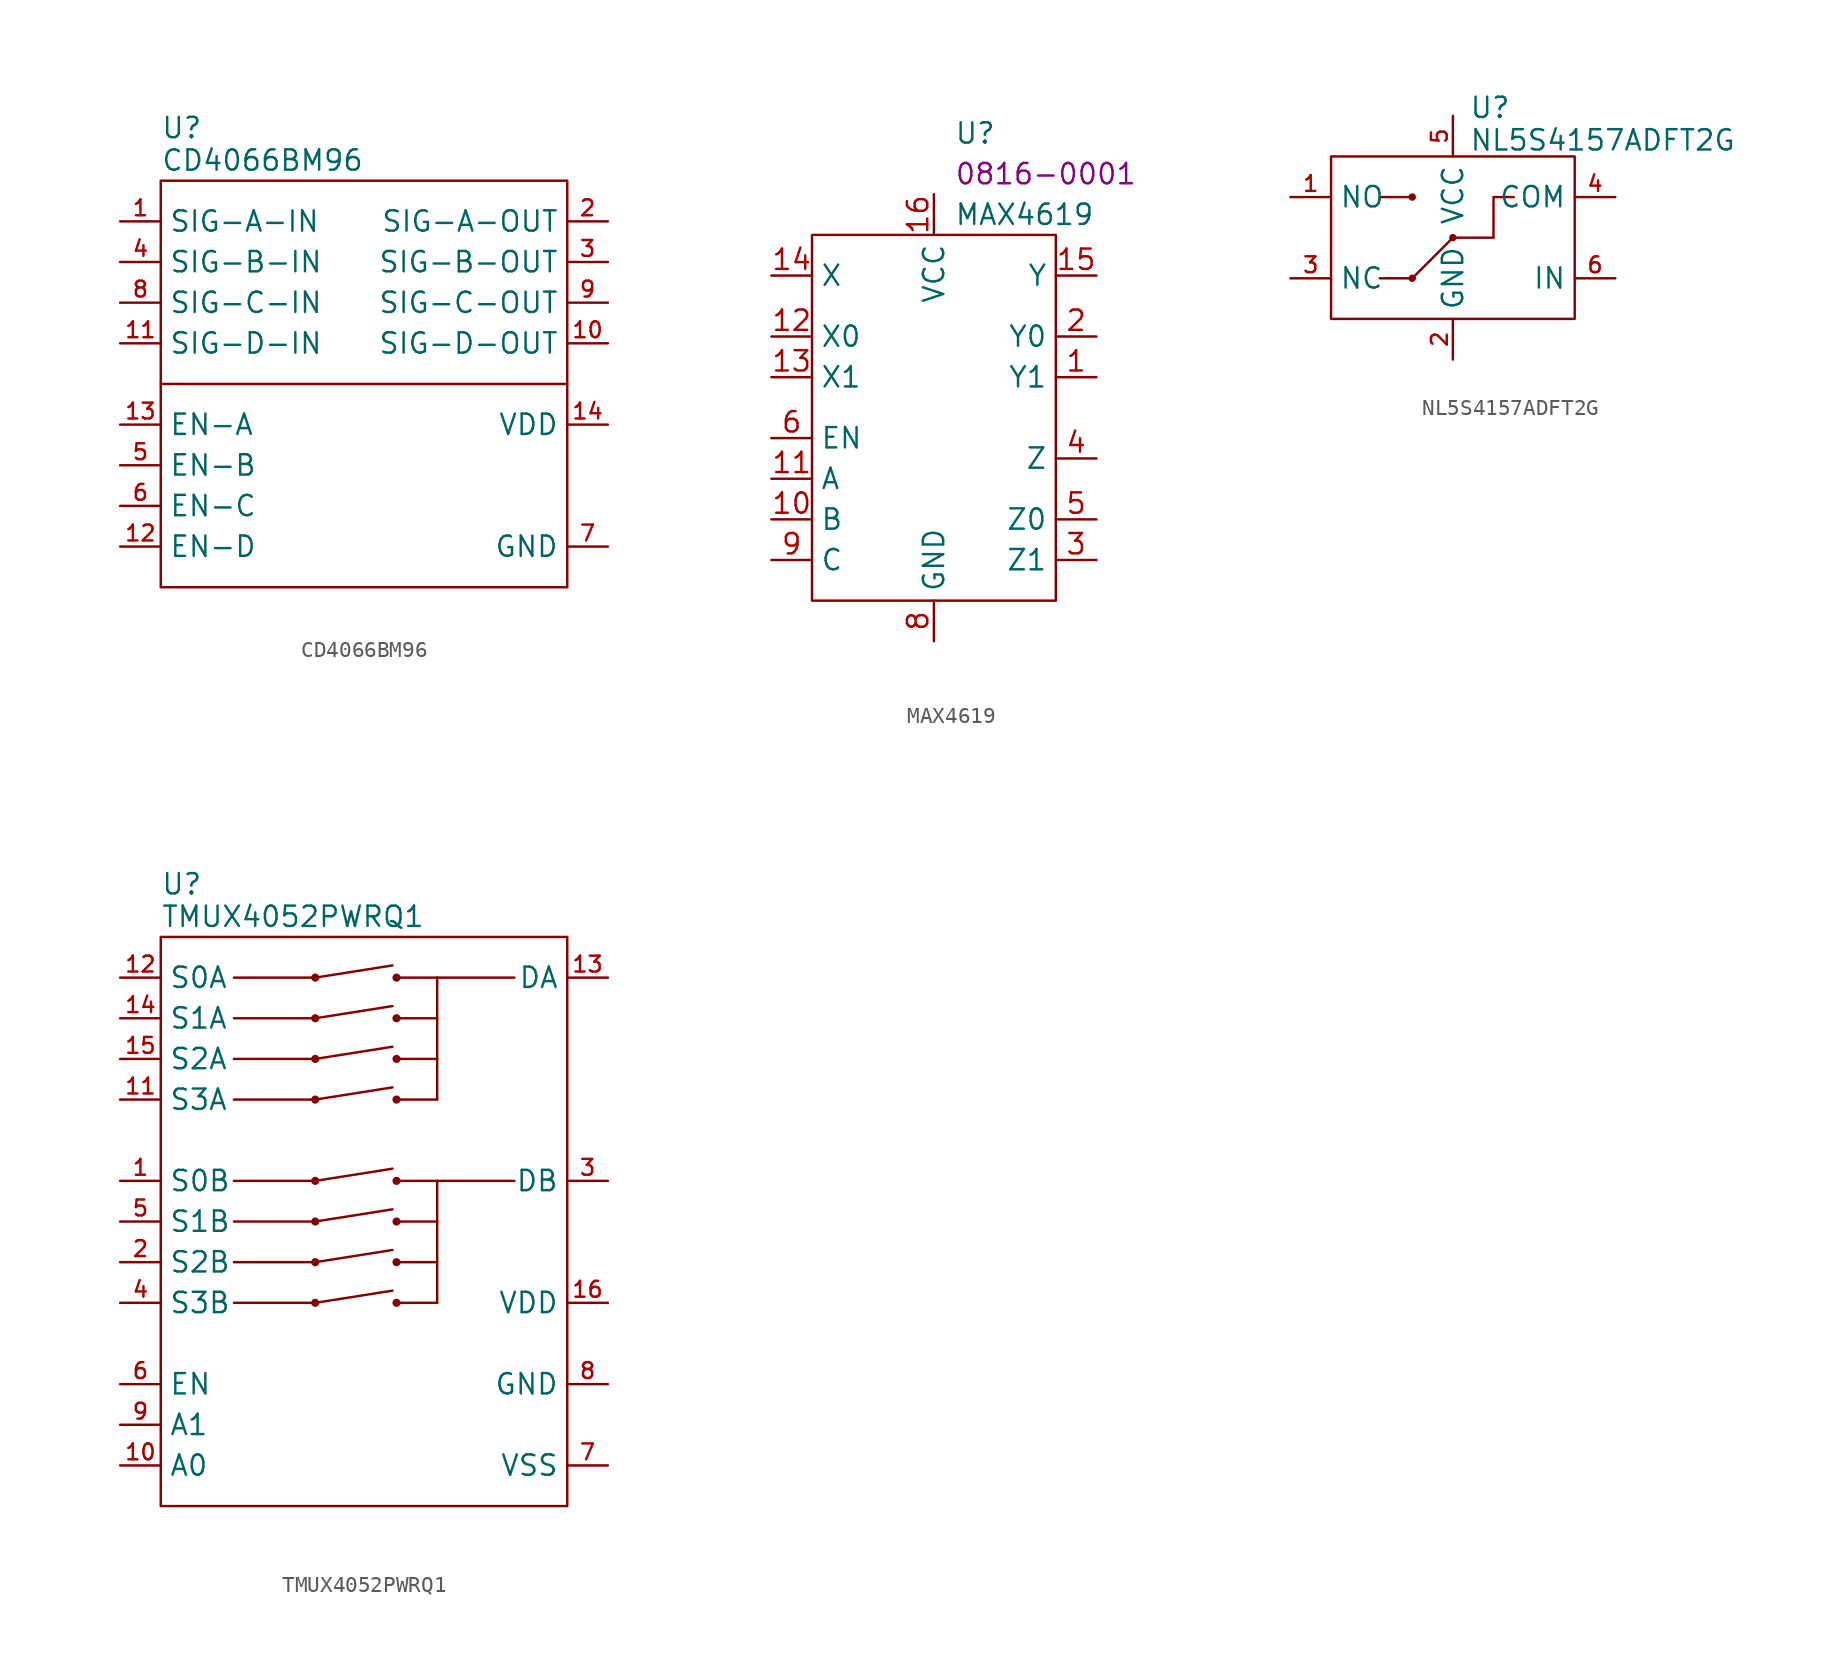
<source format=kicad_sym>
(kicad_symbol_lib
  (version 20231120)
  (generator "kicad_symbol_editor")
  (generator_version "8.0")
  (symbol "CD4066BM96"
    (property "Reference" "U"
      (at 0 3.302 0)
      (effects (font (size 1.27 1.27)) (justify left)))
    (property "Value" "CD4066BM96"
      (at 0 1.27 0)
      (effects (font (size 1.27 1.27)) (justify left)))
    (symbol "CD4066BM96_0_0"
      (pin passive line (at -2.54 -2.54 0) (length 2.54) (name "SIG-A-IN" (effects (font (size 1.27 1.27)))) (number "1" (effects (font (size 0.991 0.991)))))
      (pin passive line (at 27.94 -10.16 180) (length 2.54) (name "SIG-D-OUT" (effects (font (size 1.27 1.27)))) (number "10" (effects (font (size 0.991 0.991)))))
      (pin passive line (at -2.54 -10.16 0) (length 2.54) (name "SIG-D-IN" (effects (font (size 1.27 1.27)))) (number "11" (effects (font (size 0.991 0.991)))))
      (pin input line (at -2.54 -22.86 0) (length 2.54) (name "EN-D" (effects (font (size 1.27 1.27)))) (number "12" (effects (font (size 0.991 0.991)))))
      (pin input line (at -2.54 -15.24 0) (length 2.54) (name "EN-A" (effects (font (size 1.27 1.27)))) (number "13" (effects (font (size 0.991 0.991)))))
      (pin power_in line (at 27.94 -15.24 180) (length 2.54) (name "VDD" (effects (font (size 1.27 1.27)))) (number "14" (effects (font (size 0.991 0.991)))))
      (pin passive line (at 27.94 -2.54 180) (length 2.54) (name "SIG-A-OUT" (effects (font (size 1.27 1.27)))) (number "2" (effects (font (size 0.991 0.991)))))
      (pin passive line (at 27.94 -5.08 180) (length 2.54) (name "SIG-B-OUT" (effects (font (size 1.27 1.27)))) (number "3" (effects (font (size 0.991 0.991)))))
      (pin passive line (at -2.54 -5.08 0) (length 2.54) (name "SIG-B-IN" (effects (font (size 1.27 1.27)))) (number "4" (effects (font (size 0.991 0.991)))))
      (pin input line (at -2.54 -17.78 0) (length 2.54) (name "EN-B" (effects (font (size 1.27 1.27)))) (number "5" (effects (font (size 0.991 0.991)))))
      (pin input line (at -2.54 -20.32 0) (length 2.54) (name "EN-C" (effects (font (size 1.27 1.27)))) (number "6" (effects (font (size 0.991 0.991)))))
      (pin power_in line (at 27.94 -22.86 180) (length 2.54) (name "GND" (effects (font (size 1.27 1.27)))) (number "7" (effects (font (size 0.991 0.991)))))
      (pin passive line (at -2.54 -7.62 0) (length 2.54) (name "SIG-C-IN" (effects (font (size 1.27 1.27)))) (number "8" (effects (font (size 0.991 0.991)))))
      (pin passive line (at 27.94 -7.62 180) (length 2.54) (name "SIG-C-OUT" (effects (font (size 1.27 1.27)))) (number "9" (effects (font (size 0.991 0.991))))))
    (symbol "CD4066BM96_0_1"
      (polyline (pts (xy 0 -12.7) (xy 25.4 -12.7)) (stroke (width 0) (type default)) (fill (type none)))
      (rectangle (start 0 0) (end 25.4 -25.4) (stroke (width 0) (type default)) (fill (type none)))))
  (symbol "MAX4619"
    (property "Reference" "U"
      (at 1.27 6.35 0)
      (effects (font (size 1.27 1.27)) (justify left)))
    (property "Value" "MAX4619"
      (at 1.27 1.27 0)
      (effects (font (size 1.27 1.27)) (justify left)))
    (property "PartNumber" "0816-0001"
      (at 1.27 3.81 0)
      (effects (font (size 1.27 1.27)) (justify left)))
    (symbol "MAX4619_0_0"
      (pin output line (at 10.16 -8.89 180) (length 2.54) (name "Y1" (effects (font (size 1.27 1.27)))) (number "1" (effects (font (size 1.27 1.27)))))
      (pin input line (at -10.16 -17.78 0) (length 2.54) (name "B" (effects (font (size 1.27 1.27)))) (number "10" (effects (font (size 1.27 1.27)))))
      (pin input line (at -10.16 -15.24 0) (length 2.54) (name "A" (effects (font (size 1.27 1.27)))) (number "11" (effects (font (size 1.27 1.27)))))
      (pin output line (at -10.16 -6.35 0) (length 2.54) (name "X0" (effects (font (size 1.27 1.27)))) (number "12" (effects (font (size 1.27 1.27)))))
      (pin output line (at -10.16 -8.89 0) (length 2.54) (name "X1" (effects (font (size 1.27 1.27)))) (number "13" (effects (font (size 1.27 1.27)))))
      (pin input line (at -10.16 -2.54 0) (length 2.54) (name "X" (effects (font (size 1.27 1.27)))) (number "14" (effects (font (size 1.27 1.27)))))
      (pin input line (at 10.16 -2.54 180) (length 2.54) (name "Y" (effects (font (size 1.27 1.27)))) (number "15" (effects (font (size 1.27 1.27)))))
      (pin power_in line (at 0 2.54 270) (length 2.54) (name "VCC" (effects (font (size 1.27 1.27)))) (number "16" (effects (font (size 1.27 1.27)))))
      (pin output line (at 10.16 -6.35 180) (length 2.54) (name "Y0" (effects (font (size 1.27 1.27)))) (number "2" (effects (font (size 1.27 1.27)))))
      (pin output line (at 10.16 -20.32 180) (length 2.54) (name "Z1" (effects (font (size 1.27 1.27)))) (number "3" (effects (font (size 1.27 1.27)))))
      (pin input line (at 10.16 -13.97 180) (length 2.54) (name "Z" (effects (font (size 1.27 1.27)))) (number "4" (effects (font (size 1.27 1.27)))))
      (pin output line (at 10.16 -17.78 180) (length 2.54) (name "Z0" (effects (font (size 1.27 1.27)))) (number "5" (effects (font (size 1.27 1.27)))))
      (pin input line (at -10.16 -12.7 0) (length 2.54) (name "EN" (effects (font (size 1.27 1.27)))) (number "6" (effects (font (size 1.27 1.27)))))
      (pin no_connect line (at 3.81 -25.4 90) (length 2.54) hide (name "NC" (effects (font (size 1.27 1.27)))) (number "7" (effects (font (size 1.27 1.27)))))
      (pin power_in line (at 0 -25.4 90) (length 2.54) (name "GND" (effects (font (size 1.27 1.27)))) (number "8" (effects (font (size 1.27 1.27)))))
      (pin input line (at -10.16 -20.32 0) (length 2.54) (name "C" (effects (font (size 1.27 1.27)))) (number "9" (effects (font (size 1.27 1.27))))))
    (symbol "MAX4619_0_1"
      (rectangle (start -7.62 0) (end 7.62 -22.86) (stroke (width 0) (type default)) (fill (type none)))))
  (symbol "NL5S4157ADFT2G"
    (property "Reference" "U"
      (at 8.636 3.048 0)
      (effects (font (size 1.27 1.27)) (justify left)))
    (property "Value" "NL5S4157ADFT2G"
      (at 8.636 1.016 0)
      (effects (font (size 1.27 1.27)) (justify left)))
    (symbol "NL5S4157ADFT2G_0_0"
      (pin bidirectional line (at -2.54 -2.54 0) (length 2.54) (name "NO" (effects (font (size 1.27 1.27)))) (number "1" (effects (font (size 0.991 0.991)))))
      (pin power_in line (at 7.62 -12.7 90) (length 2.54) (name "GND" (effects (font (size 1.27 1.27)))) (number "2" (effects (font (size 0.991 0.991)))))
      (pin bidirectional line (at -2.54 -7.62 0) (length 2.54) (name "NC" (effects (font (size 1.27 1.27)))) (number "3" (effects (font (size 0.991 0.991)))))
      (pin bidirectional line (at 17.78 -2.54 180) (length 2.54) (name "COM" (effects (font (size 1.27 1.27)))) (number "4" (effects (font (size 0.991 0.991)))))
      (pin power_in line (at 7.62 2.54 270) (length 2.54) (name "VCC" (effects (font (size 1.27 1.27)))) (number "5" (effects (font (size 0.991 0.991)))))
      (pin input line (at 17.78 -7.62 180) (length 2.54) (name "IN" (effects (font (size 1.27 1.27)))) (number "6" (effects (font (size 0.991 0.991))))))
    (symbol "NL5S4157ADFT2G_0_1"
      (polyline (pts (xy 3.048 -7.62) (xy 5.08 -7.62)) (stroke (width 0) (type default)) (fill (type none)))
      (polyline (pts (xy 3.048 -2.54) (xy 5.08 -2.54)) (stroke (width 0) (type default)) (fill (type none)))
      (polyline (pts (xy 5.08 -7.62) (xy 7.62 -5.08) (xy 10.16 -5.08)) (stroke (width 0) (type default)) (fill (type none)))
      (polyline (pts (xy 10.16 -5.08) (xy 10.16 -2.54) (xy 11.43 -2.54)) (stroke (width 0) (type default)) (fill (type none)))
      (rectangle (start 0 0) (end 15.24 -10.16) (stroke (width 0) (type default)) (fill (type none))))
    (symbol "NL5S4157ADFT2G_1_1"
      (circle (center 5.08 -7.62) (radius 0.157) (stroke (width 0) (type default)) (fill (type outline)))
      (circle (center 5.08 -2.54) (radius 0.157) (stroke (width 0) (type default)) (fill (type outline)))
      (circle (center 7.62 -5.08) (radius 0.157) (stroke (width 0) (type default)) (fill (type outline)))))
  (symbol "TMUX4052PWRQ1"
    (property "Reference" "U"
      (at 0 3.302 0)
      (effects (font (size 1.27 1.27)) (justify left)))
    (property "Value" "TMUX4052PWRQ1"
      (at 0 1.27 0)
      (effects (font (size 1.27 1.27)) (justify left)))
    (symbol "TMUX4052PWRQ1_0_0"
      (pin passive line (at -2.54 -15.24 0) (length 2.54) (name "S0B" (effects (font (size 1.27 1.27)))) (number "1" (effects (font (size 0.991 0.991)))))
      (pin input line (at -2.54 -33.02 0) (length 2.54) (name "A0" (effects (font (size 1.27 1.27)))) (number "10" (effects (font (size 0.991 0.991)))))
      (pin passive line (at -2.54 -10.16 0) (length 2.54) (name "S3A" (effects (font (size 1.27 1.27)))) (number "11" (effects (font (size 0.991 0.991)))))
      (pin passive line (at -2.54 -2.54 0) (length 2.54) (name "S0A" (effects (font (size 1.27 1.27)))) (number "12" (effects (font (size 0.991 0.991)))))
      (pin passive line (at 27.94 -2.54 180) (length 2.54) (name "DA" (effects (font (size 1.27 1.27)))) (number "13" (effects (font (size 0.991 0.991)))))
      (pin passive line (at -2.54 -5.08 0) (length 2.54) (name "S1A" (effects (font (size 1.27 1.27)))) (number "14" (effects (font (size 0.991 0.991)))))
      (pin passive line (at -2.54 -7.62 0) (length 2.54) (name "S2A" (effects (font (size 1.27 1.27)))) (number "15" (effects (font (size 0.991 0.991)))))
      (pin power_in line (at 27.94 -22.86 180) (length 2.54) (name "VDD" (effects (font (size 1.27 1.27)))) (number "16" (effects (font (size 0.991 0.991)))))
      (pin passive line (at -2.54 -20.32 0) (length 2.54) (name "S2B" (effects (font (size 1.27 1.27)))) (number "2" (effects (font (size 0.991 0.991)))))
      (pin passive line (at 27.94 -15.24 180) (length 2.54) (name "DB" (effects (font (size 1.27 1.27)))) (number "3" (effects (font (size 0.991 0.991)))))
      (pin passive line (at -2.54 -22.86 0) (length 2.54) (name "S3B" (effects (font (size 1.27 1.27)))) (number "4" (effects (font (size 0.991 0.991)))))
      (pin passive line (at -2.54 -17.78 0) (length 2.54) (name "S1B" (effects (font (size 1.27 1.27)))) (number "5" (effects (font (size 0.991 0.991)))))
      (pin input line (at -2.54 -27.94 0) (length 2.54) (name "EN" (effects (font (size 1.27 1.27)))) (number "6" (effects (font (size 0.991 0.991)))))
      (pin power_in line (at 27.94 -33.02 180) (length 2.54) (name "VSS" (effects (font (size 1.27 1.27)))) (number "7" (effects (font (size 0.991 0.991)))))
      (pin power_in line (at 27.94 -27.94 180) (length 2.54) (name "GND" (effects (font (size 1.27 1.27)))) (number "8" (effects (font (size 0.991 0.991)))))
      (pin input line (at -2.54 -30.48 0) (length 2.54) (name "A1" (effects (font (size 1.27 1.27)))) (number "9" (effects (font (size 0.991 0.991))))))
    (symbol "TMUX4052PWRQ1_0_1"
      (polyline (pts (xy 4.572 -22.86) (xy 9.652 -22.86)) (stroke (width 0) (type default)) (fill (type none)))
      (polyline (pts (xy 4.572 -20.32) (xy 9.652 -20.32)) (stroke (width 0) (type default)) (fill (type none)))
      (polyline (pts (xy 4.572 -17.78) (xy 9.652 -17.78)) (stroke (width 0) (type default)) (fill (type none)))
      (polyline (pts (xy 4.572 -15.24) (xy 9.652 -15.24)) (stroke (width 0) (type default)) (fill (type none)))
      (polyline (pts (xy 4.572 -10.16) (xy 9.652 -10.16)) (stroke (width 0) (type default)) (fill (type none)))
      (polyline (pts (xy 4.572 -7.62) (xy 9.652 -7.62)) (stroke (width 0) (type default)) (fill (type none)))
      (polyline (pts (xy 4.572 -5.08) (xy 9.652 -5.08)) (stroke (width 0) (type default)) (fill (type none)))
      (polyline (pts (xy 4.572 -2.54) (xy 9.652 -2.54)) (stroke (width 0) (type default)) (fill (type none)))
      (polyline (pts (xy 9.652 -22.86) (xy 14.478 -22.098)) (stroke (width 0) (type default)) (fill (type none)))
      (polyline (pts (xy 9.652 -20.32) (xy 14.478 -19.558)) (stroke (width 0) (type default)) (fill (type none)))
      (polyline (pts (xy 9.652 -17.78) (xy 14.478 -17.018)) (stroke (width 0) (type default)) (fill (type none)))
      (polyline (pts (xy 9.652 -15.24) (xy 14.478 -14.478)) (stroke (width 0) (type default)) (fill (type none)))
      (polyline (pts (xy 9.652 -10.16) (xy 14.478 -9.398)) (stroke (width 0) (type default)) (fill (type none)))
      (polyline (pts (xy 9.652 -7.62) (xy 14.478 -6.858)) (stroke (width 0) (type default)) (fill (type none)))
      (polyline (pts (xy 9.652 -5.08) (xy 14.478 -4.318)) (stroke (width 0) (type default)) (fill (type none)))
      (polyline (pts (xy 9.652 -2.54) (xy 14.478 -1.778)) (stroke (width 0) (type default)) (fill (type none)))
      (polyline (pts (xy 14.732 -22.86) (xy 17.272 -22.86)) (stroke (width 0) (type default)) (fill (type none)))
      (polyline (pts (xy 14.732 -20.32) (xy 17.272 -20.32)) (stroke (width 0) (type default)) (fill (type none)))
      (polyline (pts (xy 14.732 -17.78) (xy 17.272 -17.78)) (stroke (width 0) (type default)) (fill (type none)))
      (polyline (pts (xy 14.732 -15.24) (xy 17.272 -15.24)) (stroke (width 0) (type default)) (fill (type none)))
      (polyline (pts (xy 14.732 -10.16) (xy 17.272 -10.16)) (stroke (width 0) (type default)) (fill (type none)))
      (polyline (pts (xy 14.732 -7.62) (xy 17.272 -7.62)) (stroke (width 0) (type default)) (fill (type none)))
      (polyline (pts (xy 14.732 -5.08) (xy 17.272 -5.08)) (stroke (width 0) (type default)) (fill (type none)))
      (polyline (pts (xy 14.732 -2.54) (xy 17.272 -2.54)) (stroke (width 0) (type default)) (fill (type none)))
      (polyline (pts (xy 17.272 -15.24) (xy 22.098 -15.24)) (stroke (width 0) (type default)) (fill (type none)))
      (polyline (pts (xy 17.272 -2.54) (xy 22.098 -2.54)) (stroke (width 0) (type default)) (fill (type none)))
      (rectangle (start 0 0) (end 25.4 -35.56) (stroke (width 0) (type default)) (fill (type none))))
    (symbol "TMUX4052PWRQ1_1_1"
      (polyline (pts (xy 17.272 -22.86) (xy 17.272 -15.24)) (stroke (width 0) (type default)) (fill (type none)))
      (polyline (pts (xy 17.272 -10.16) (xy 17.272 -2.54)) (stroke (width 0) (type default)) (fill (type none)))
      (circle (center 9.652 -22.86) (radius 0.254) (stroke (width -0.0001) (type default)) (fill (type outline)))
      (circle (center 9.652 -20.32) (radius 0.254) (stroke (width -0.0001) (type default)) (fill (type outline)))
      (circle (center 9.652 -17.78) (radius 0.254) (stroke (width -0.0001) (type default)) (fill (type outline)))
      (circle (center 9.652 -15.24) (radius 0.254) (stroke (width -0.0001) (type default)) (fill (type outline)))
      (circle (center 9.652 -10.16) (radius 0.254) (stroke (width -0.0001) (type default)) (fill (type outline)))
      (circle (center 9.652 -7.62) (radius 0.254) (stroke (width -0.0001) (type default)) (fill (type outline)))
      (circle (center 9.652 -5.08) (radius 0.254) (stroke (width -0.0001) (type default)) (fill (type outline)))
      (circle (center 9.652 -2.54) (radius 0.254) (stroke (width -0.0001) (type default)) (fill (type outline)))
      (circle (center 14.732 -22.86) (radius 0.254) (stroke (width -0.0001) (type default)) (fill (type outline)))
      (circle (center 14.732 -20.32) (radius 0.254) (stroke (width -0.0001) (type default)) (fill (type outline)))
      (circle (center 14.732 -17.78) (radius 0.254) (stroke (width -0.0001) (type default)) (fill (type outline)))
      (circle (center 14.732 -15.24) (radius 0.254) (stroke (width -0.0001) (type default)) (fill (type outline)))
      (circle (center 14.732 -10.16) (radius 0.254) (stroke (width -0.0001) (type default)) (fill (type outline)))
      (circle (center 14.732 -7.62) (radius 0.254) (stroke (width -0.0001) (type default)) (fill (type outline)))
      (circle (center 14.732 -5.08) (radius 0.254) (stroke (width -0.0001) (type default)) (fill (type outline)))
      (circle (center 14.732 -2.54) (radius 0.254) (stroke (width -0.0001) (type default)) (fill (type outline))))))
</source>
